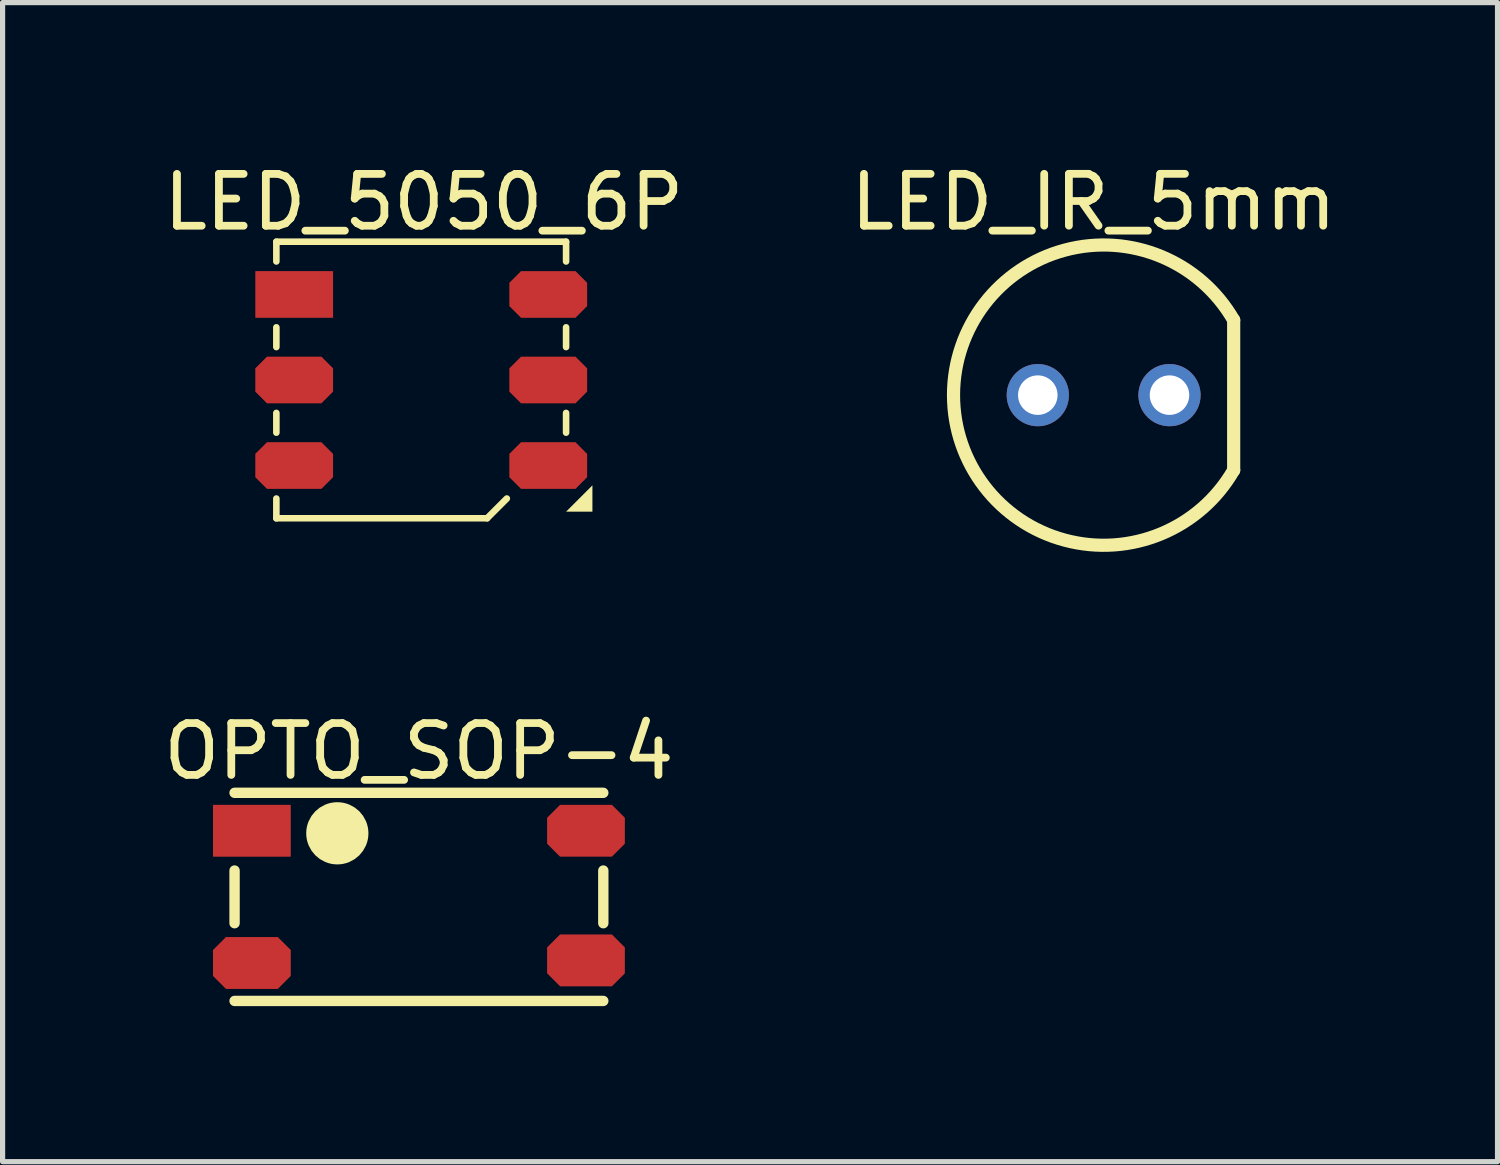
<source format=kicad_pcb>
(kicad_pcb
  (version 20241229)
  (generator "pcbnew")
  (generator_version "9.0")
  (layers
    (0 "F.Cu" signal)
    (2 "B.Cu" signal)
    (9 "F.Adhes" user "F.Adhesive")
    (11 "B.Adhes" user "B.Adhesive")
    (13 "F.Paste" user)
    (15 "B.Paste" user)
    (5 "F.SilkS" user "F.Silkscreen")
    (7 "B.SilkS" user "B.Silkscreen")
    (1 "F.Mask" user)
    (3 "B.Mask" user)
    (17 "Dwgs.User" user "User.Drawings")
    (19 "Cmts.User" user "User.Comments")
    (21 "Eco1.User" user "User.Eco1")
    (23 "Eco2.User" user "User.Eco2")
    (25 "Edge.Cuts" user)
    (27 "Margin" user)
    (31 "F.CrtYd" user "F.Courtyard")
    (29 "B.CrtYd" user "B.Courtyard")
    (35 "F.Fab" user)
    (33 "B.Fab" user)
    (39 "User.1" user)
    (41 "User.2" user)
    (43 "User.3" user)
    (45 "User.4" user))
  (footprint "OPTO_SOP-4"
    (layer "F.Cu")
    (at 5.03 14.248)
    (property "Reference" "OPTO_SOP-4" (at 0 -2.807 0) (layer "F.SilkS") (effects (font (size 1 1) (thickness 0.15))))
    (fp_line (start -3.556 -2.007) (end 3.556 -2.007) (stroke (width 0.2) (type solid)) (layer "F.SilkS"))
    (fp_line (start -3.556 0.508) (end -3.556 -0.508) (stroke (width 0.2) (type solid)) (layer "F.SilkS"))
    (fp_line (start -3.556 2.007) (end 3.556 2.007) (stroke (width 0.2) (type solid)) (layer "F.SilkS"))
    (fp_line (start 3.556 0.508) (end 3.556 -0.508) (stroke (width 0.2) (type solid)) (layer "F.SilkS"))
    (fp_circle (center -1.574 -1.226) (end -1.574 -1.526) (stroke (width 0.6) (type solid)) (fill no) (layer "F.SilkS"))
    (pad "1" smd rect (at -3.222 -1.275) (size 1.5 1) (layers "F.Cu" "F.Mask" "F.Paste"))
    (pad "2" smd roundrect (at -3.222 1.275) (size 1.5 1) (layers "F.Cu" "F.Mask" "F.Paste") (roundrect_rratio 0.25) (chamfer_ratio 0.25) (chamfer top_left top_right bottom_left bottom_right))
    (pad "3" smd roundrect (at 3.222 1.225) (size 1.5 1) (layers "F.Cu" "F.Mask" "F.Paste") (roundrect_rratio 0.25) (chamfer_ratio 0.25) (chamfer top_left top_right bottom_left bottom_right))
    (pad "4" smd roundrect (at 3.222 -1.275) (size 1.5 1) (layers "F.Cu" "F.Mask" "F.Paste") (roundrect_rratio 0.25) (chamfer_ratio 0.25) (chamfer top_left top_right bottom_left bottom_right)))
  (footprint "LED_5050_6P"
    (layer "F.Cu")
    (at 5.074 4.279)
    (property "Reference" "LED_5050_6P" (at 0.051 -3.43 0) (layer "F.SilkS") (effects (font (size 1 1) (thickness 0.15))))
    (fp_line (start -2.794 -2.667) (end 2.794 -2.667) (stroke (width 0.127) (type solid)) (layer "F.SilkS"))
    (fp_line (start -2.794 -2.286) (end -2.794 -2.667) (stroke (width 0.127) (type solid)) (layer "F.SilkS"))
    (fp_line (start -2.794 -0.635) (end -2.794 -1.016) (stroke (width 0.127) (type solid)) (layer "F.SilkS"))
    (fp_line (start -2.794 1.016) (end -2.794 0.635) (stroke (width 0.127) (type solid)) (layer "F.SilkS"))
    (fp_line (start -2.794 2.667) (end -2.794 2.286) (stroke (width 0.127) (type solid)) (layer "F.SilkS"))
    (fp_line (start -2.794 2.667) (end 1.27 2.667) (stroke (width 0.127) (type solid)) (layer "F.SilkS"))
    (fp_line (start 1.27 2.667) (end 1.651 2.286) (stroke (width 0.127) (type solid)) (layer "F.SilkS"))
    (fp_line (start 2.794 -2.286) (end 2.794 -2.667) (stroke (width 0.127) (type solid)) (layer "F.SilkS"))
    (fp_line (start 2.794 -0.635) (end 2.794 -1.016) (stroke (width 0.127) (type solid)) (layer "F.SilkS"))
    (fp_line (start 2.794 1.016) (end 2.794 0.635) (stroke (width 0.127) (type solid)) (layer "F.SilkS"))
    (fp_poly (pts (xy 3.302 2.54) (xy 2.794 2.54) (xy 3.302 2.032)) (stroke (width 0) (type default)) (fill yes) (layer "F.SilkS"))
    (pad "1" smd rect (at -2.45 -1.65) (size 1.5 0.9) (layers "F.Cu" "F.Mask" "F.Paste"))
    (pad "2" smd roundrect (at -2.45 0) (size 1.5 0.9) (layers "F.Cu" "F.Mask" "F.Paste") (roundrect_rratio 0.25) (chamfer_ratio 0.25) (chamfer top_left top_right bottom_left bottom_right))
    (pad "3" smd roundrect (at -2.45 1.65) (size 1.5 0.9) (layers "F.Cu" "F.Mask" "F.Paste") (roundrect_rratio 0.25) (chamfer_ratio 0.25) (chamfer top_left top_right bottom_left bottom_right))
    (pad "4" smd roundrect (at 2.45 1.65) (size 1.5 0.9) (layers "F.Cu" "F.Mask" "F.Paste") (roundrect_rratio 0.25) (chamfer_ratio 0.25) (chamfer top_left top_right bottom_left bottom_right))
    (pad "5" smd roundrect (at 2.45 0) (size 1.5 0.9) (layers "F.Cu" "F.Mask" "F.Paste") (roundrect_rratio 0.25) (chamfer_ratio 0.25) (chamfer top_left top_right bottom_left bottom_right))
    (pad "6" smd roundrect (at 2.45 -1.65) (size 1.5 0.9) (layers "F.Cu" "F.Mask" "F.Paste") (roundrect_rratio 0.25) (chamfer_ratio 0.25) (chamfer top_left top_right bottom_left bottom_right)))
  (footprint "LED_IR_5mm"
    (layer "F.Cu")
    (at 18.236 4.571)
    (property "Reference" "LED_IR_5mm" (at -0.194 -3.723 0) (layer "F.SilkS") (effects (font (size 1 1) (thickness 0.15))))
    (fp_line (start 2.508 1.448) (end 2.508 -1.448) (stroke (width 0.254) (type solid)) (layer "F.SilkS"))
    (fp_arc (start 2.507663 1.4478) (mid -2.8956 0) (end 2.507663 -1.4478) (stroke (width 0.254) (type solid)) (layer "F.SilkS"))
    (pad "A" thru_hole circle (at -1.27 0) (size 1.2 1.2) (drill 0.762) (layers "*.Cu" "*.Mask"))
    (pad "K" thru_hole circle (at 1.27 0) (size 1.2 1.2) (drill 0.762) (layers "*.Cu" "*.Mask")))
  (gr_rect
    (start -3 -3)
    (end 25.833 19.355)
    (stroke (width 0.1) (type default))
    (fill no)
    (layer "Edge.Cuts")))
</source>
